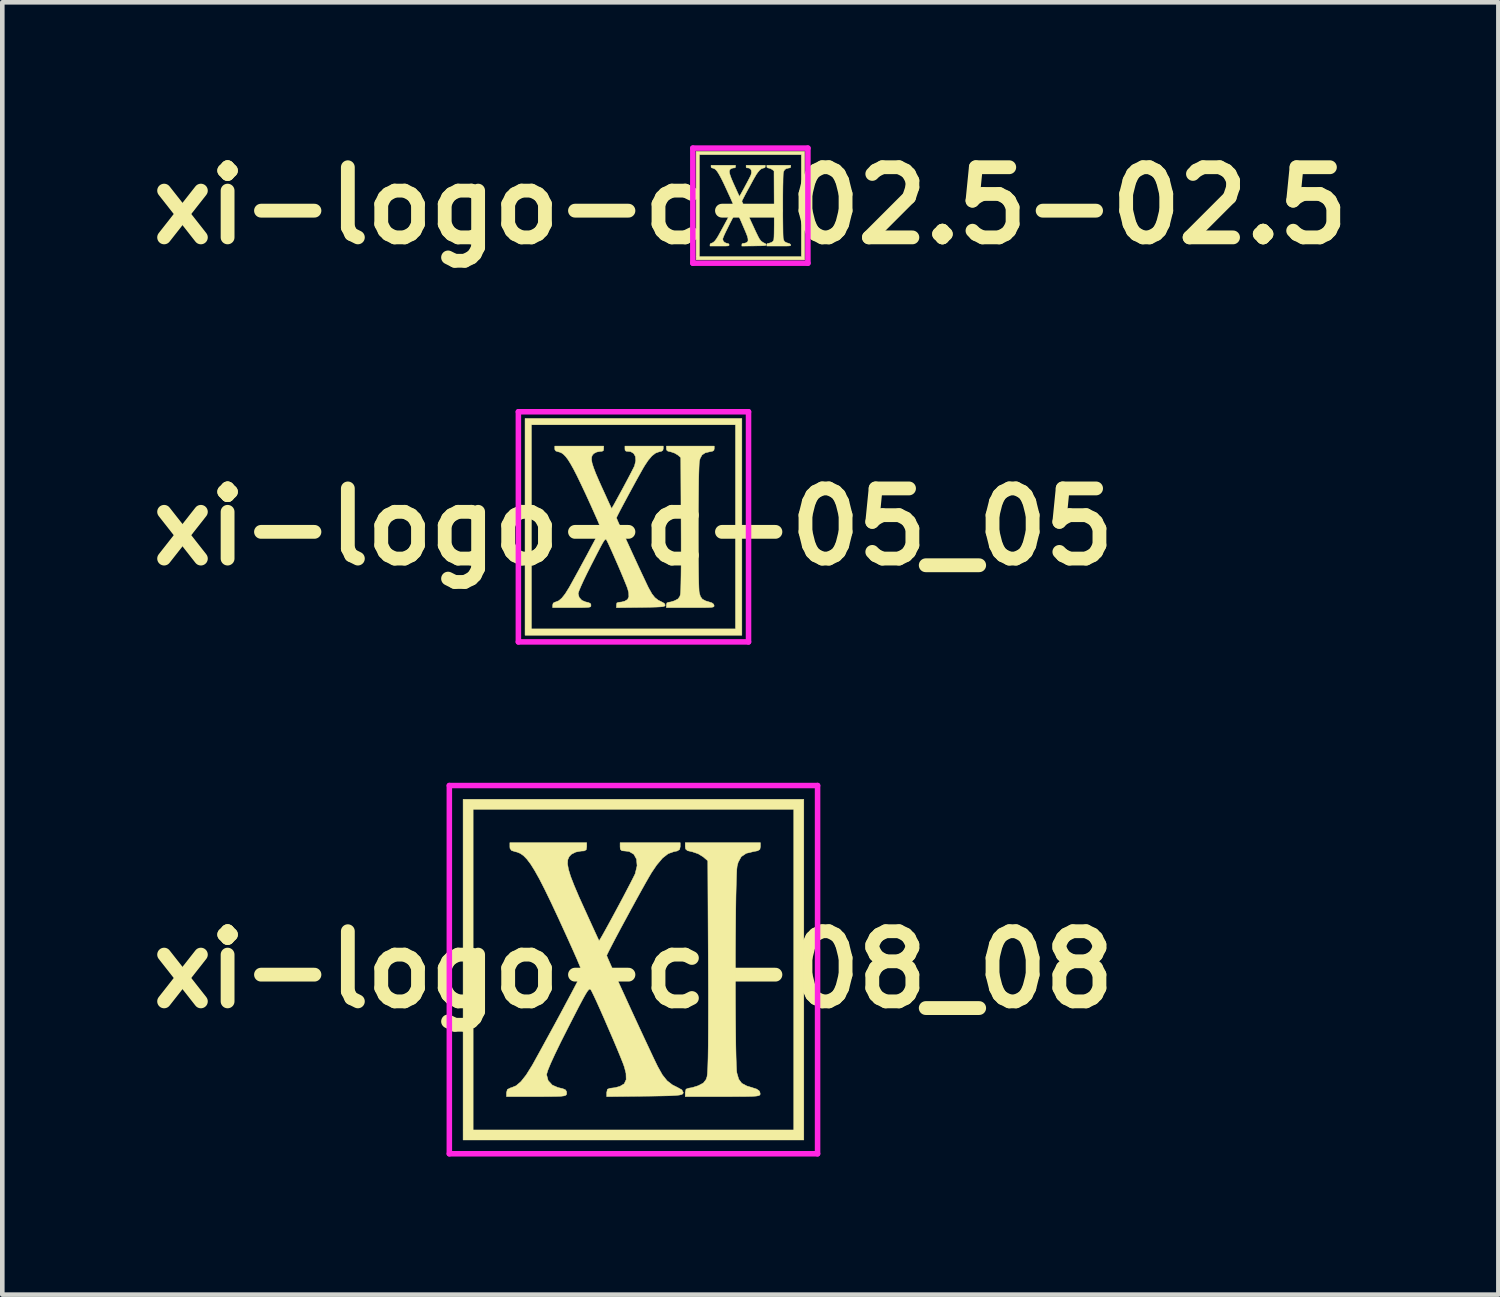
<source format=kicad_pcb>
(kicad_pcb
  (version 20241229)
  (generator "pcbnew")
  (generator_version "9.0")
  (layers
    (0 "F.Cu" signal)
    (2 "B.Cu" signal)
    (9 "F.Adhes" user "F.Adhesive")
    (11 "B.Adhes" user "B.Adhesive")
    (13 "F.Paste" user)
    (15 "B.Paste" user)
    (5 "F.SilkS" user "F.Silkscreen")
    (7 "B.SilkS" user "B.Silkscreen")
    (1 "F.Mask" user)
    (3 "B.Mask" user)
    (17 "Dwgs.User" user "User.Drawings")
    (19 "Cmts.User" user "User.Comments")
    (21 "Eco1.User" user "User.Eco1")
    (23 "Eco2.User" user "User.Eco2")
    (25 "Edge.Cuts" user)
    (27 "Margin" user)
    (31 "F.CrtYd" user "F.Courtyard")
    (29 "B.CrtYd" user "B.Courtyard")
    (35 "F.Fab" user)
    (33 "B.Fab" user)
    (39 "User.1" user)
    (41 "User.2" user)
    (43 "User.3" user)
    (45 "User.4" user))
  (footprint "xi-logo-c-08_08"
    (layer "F.Cu")
    (at 10.712 18.016)
    (property "Reference" "xi-logo-c-08_08" (at 0 0 0) (layer "F.SilkS") (effects (font (size 1.524 1.524) (thickness 0.3))))
    (attr through_hole)
    (fp_poly (pts (xy 3.701 3.701) (xy -3.701 3.701) (xy -3.701 -3.483) (xy -3.483 -3.483) (xy -3.483 3.483) (xy 3.483 3.483) (xy 3.483 -3.483) (xy -3.483 -3.483) (xy -3.701 -3.483) (xy -3.701 -3.701) (xy 3.701 -3.701) (xy 3.701 3.701)) (stroke (width 0.01) (type solid)) (fill yes) (layer "F.SilkS"))
    (fp_poly (pts (xy 2.758 -2.672) (xy 2.747 -2.614) (xy 2.7 -2.583) (xy 2.611 -2.566) (xy 2.449 -2.527) (xy 2.342 -2.454) (xy 2.276 -2.334) (xy 2.253 -2.249) (xy 2.245 -2.177) (xy 2.239 -2.04) (xy 2.233 -1.847) (xy 2.227 -1.606) (xy 2.223 -1.325) (xy 2.22 -1.012) (xy 2.217 -0.676) (xy 2.215 -0.324) (xy 2.215 0.035) (xy 2.215 0.394) (xy 2.216 0.743) (xy 2.218 1.075) (xy 2.221 1.382) (xy 2.224 1.656) (xy 2.229 1.888) (xy 2.235 2.07) (xy 2.241 2.194) (xy 2.247 2.244) (xy 2.287 2.38) (xy 2.353 2.469) (xy 2.464 2.528) (xy 2.564 2.558) (xy 2.678 2.595) (xy 2.736 2.638) (xy 2.751 2.68) (xy 2.753 2.705) (xy 2.746 2.724) (xy 2.719 2.738) (xy 2.666 2.747) (xy 2.576 2.753) (xy 2.442 2.756) (xy 2.254 2.757) (xy 2.004 2.758) (xy 1.944 2.758) (xy 1.125 2.758) (xy 1.125 2.667) (xy 1.142 2.596) (xy 1.197 2.576) (xy 1.275 2.563) (xy 1.382 2.53) (xy 1.414 2.518) (xy 1.518 2.463) (xy 1.576 2.389) (xy 1.598 2.328) (xy 1.607 2.26) (xy 1.615 2.124) (xy 1.621 1.919) (xy 1.625 1.644) (xy 1.627 1.3) (xy 1.628 0.885) (xy 1.628 0.398) (xy 1.626 -0.085) (xy 1.615 -2.365) (xy 1.513 -2.452) (xy 1.407 -2.517) (xy 1.282 -2.56) (xy 1.268 -2.563) (xy 1.174 -2.585) (xy 1.133 -2.621) (xy 1.125 -2.672) (xy 1.125 -2.758) (xy 2.758 -2.758) (xy 2.758 -2.672)) (stroke (width 0.01) (type solid)) (fill yes) (layer "F.SilkS"))
    (fp_poly (pts (xy -1.016 -2.667) (xy -1.026 -2.605) (xy -1.07 -2.58) (xy -1.139 -2.576) (xy -1.252 -2.555) (xy -1.348 -2.507) (xy -1.398 -2.453) (xy -1.427 -2.386) (xy -1.432 -2.297) (xy -1.412 -2.18) (xy -1.365 -2.026) (xy -1.288 -1.828) (xy -1.182 -1.579) (xy -1.087 -1.369) (xy -0.99 -1.156) (xy -0.904 -0.967) (xy -0.832 -0.81) (xy -0.78 -0.697) (xy -0.751 -0.635) (xy -0.747 -0.627) (xy -0.728 -0.654) (xy -0.681 -0.734) (xy -0.612 -0.857) (xy -0.527 -1.012) (xy -0.432 -1.187) (xy -0.332 -1.373) (xy -0.233 -1.558) (xy -0.142 -1.732) (xy -0.063 -1.883) (xy -0.003 -2.001) (xy 0.033 -2.074) (xy 0.038 -2.086) (xy 0.079 -2.257) (xy 0.067 -2.4) (xy 0.008 -2.507) (xy -0.094 -2.567) (xy -0.169 -2.576) (xy -0.252 -2.584) (xy -0.285 -2.617) (xy -0.29 -2.667) (xy -0.29 -2.758) (xy 1.016 -2.758) (xy 1.016 -2.672) (xy 1.003 -2.612) (xy 0.953 -2.579) (xy 0.879 -2.564) (xy 0.755 -2.52) (xy 0.632 -2.424) (xy 0.502 -2.27) (xy 0.391 -2.105) (xy 0.338 -2.015) (xy 0.262 -1.882) (xy 0.168 -1.714) (xy 0.062 -1.522) (xy -0.051 -1.315) (xy -0.165 -1.104) (xy -0.276 -0.899) (xy -0.377 -0.709) (xy -0.463 -0.545) (xy -0.529 -0.417) (xy -0.57 -0.334) (xy -0.581 -0.307) (xy -0.566 -0.268) (xy -0.525 -0.173) (xy -0.461 -0.029) (xy -0.379 0.153) (xy -0.283 0.365) (xy -0.176 0.598) (xy -0.064 0.843) (xy 0.05 1.09) (xy 0.162 1.332) (xy 0.268 1.559) (xy 0.363 1.762) (xy 0.443 1.932) (xy 0.505 2.06) (xy 0.527 2.105) (xy 0.629 2.287) (xy 0.731 2.414) (xy 0.847 2.504) (xy 0.955 2.558) (xy 1.052 2.612) (xy 1.082 2.668) (xy 1.081 2.678) (xy 1.072 2.698) (xy 1.046 2.713) (xy 0.994 2.725) (xy 0.909 2.733) (xy 0.781 2.74) (xy 0.601 2.744) (xy 0.361 2.748) (xy 0.244 2.749) (xy -0.581 2.759) (xy -0.581 2.668) (xy -0.565 2.598) (xy -0.508 2.577) (xy -0.495 2.576) (xy -0.399 2.564) (xy -0.295 2.536) (xy -0.201 2.48) (xy -0.158 2.388) (xy -0.162 2.252) (xy -0.197 2.116) (xy -0.228 2.03) (xy -0.284 1.89) (xy -0.358 1.711) (xy -0.445 1.505) (xy -0.54 1.286) (xy -0.635 1.066) (xy -0.726 0.86) (xy -0.807 0.68) (xy -0.873 0.54) (xy -0.911 0.463) (xy -0.927 0.436) (xy -0.943 0.422) (xy -0.965 0.429) (xy -0.995 0.462) (xy -1.037 0.528) (xy -1.096 0.633) (xy -1.176 0.783) (xy -1.28 0.985) (xy -1.413 1.245) (xy -1.425 1.268) (xy -1.579 1.573) (xy -1.703 1.829) (xy -1.797 2.033) (xy -1.858 2.181) (xy -1.885 2.269) (xy -1.887 2.283) (xy -1.853 2.41) (xy -1.763 2.508) (xy -1.643 2.56) (xy -1.532 2.587) (xy -1.475 2.613) (xy -1.454 2.649) (xy -1.451 2.684) (xy -1.454 2.71) (xy -1.47 2.729) (xy -1.507 2.742) (xy -1.576 2.751) (xy -1.688 2.755) (xy -1.851 2.757) (xy -2.076 2.758) (xy -2.105 2.758) (xy -2.758 2.758) (xy -2.758 2.672) (xy -2.739 2.603) (xy -2.669 2.568) (xy -2.653 2.565) (xy -2.549 2.522) (xy -2.443 2.431) (xy -2.329 2.286) (xy -2.2 2.079) (xy -2.163 2.013) (xy -2.018 1.75) (xy -1.871 1.481) (xy -1.725 1.214) (xy -1.586 0.957) (xy -1.458 0.717) (xy -1.343 0.502) (xy -1.248 0.321) (xy -1.175 0.18) (xy -1.129 0.087) (xy -1.115 0.052) (xy -1.129 0.009) (xy -1.169 -0.089) (xy -1.23 -0.234) (xy -1.31 -0.415) (xy -1.403 -0.622) (xy -1.451 -0.728) (xy -1.633 -1.126) (xy -1.791 -1.463) (xy -1.927 -1.743) (xy -2.044 -1.972) (xy -2.146 -2.154) (xy -2.235 -2.296) (xy -2.315 -2.401) (xy -2.388 -2.476) (xy -2.458 -2.525) (xy -2.529 -2.554) (xy -2.561 -2.561) (xy -2.648 -2.588) (xy -2.682 -2.634) (xy -2.685 -2.671) (xy -2.685 -2.758) (xy -1.016 -2.758) (xy -1.016 -2.667)) (stroke (width 0.01) (type solid)) (fill yes) (layer "F.SilkS"))
    (fp_line (start -4 -4) (end 4 -4) (stroke (width 0.12) (type solid)) (layer "F.CrtYd"))
    (fp_line (start -4 4) (end -4 -4) (stroke (width 0.12) (type solid)) (layer "F.CrtYd"))
    (fp_line (start 4 -4) (end 4 4) (stroke (width 0.12) (type solid)) (layer "F.CrtYd"))
    (fp_line (start 4 4) (end -4 4) (stroke (width 0.12) (type solid)) (layer "F.CrtYd")))
  (footprint "xi-logo-c-02.5-02.5"
    (layer "F.Cu")
    (at 13.252 1.418)
    (property "Reference" "xi-logo-c-02.5-02.5" (at 0 0 0) (layer "F.SilkS") (effects (font (size 1.524 1.524) (thickness 0.3))))
    (attr through_hole)
    (fp_poly (pts (xy 1.178 1.178) (xy -1.178 1.178) (xy -1.178 -1.108) (xy -1.108 -1.108) (xy -1.108 1.108) (xy 1.108 1.108) (xy 1.108 -1.108) (xy -1.108 -1.108) (xy -1.178 -1.108) (xy -1.178 -1.178) (xy 1.178 -1.178) (xy 1.178 1.178)) (stroke (width 0.01) (type solid)) (fill yes) (layer "F.SilkS"))
    (fp_poly (pts (xy 0.877 -0.85) (xy 0.874 -0.832) (xy 0.859 -0.822) (xy 0.831 -0.817) (xy 0.779 -0.804) (xy 0.745 -0.781) (xy 0.724 -0.743) (xy 0.717 -0.716) (xy 0.714 -0.693) (xy 0.712 -0.649) (xy 0.71 -0.588) (xy 0.709 -0.511) (xy 0.707 -0.422) (xy 0.706 -0.322) (xy 0.705 -0.215) (xy 0.705 -0.103) (xy 0.705 0.011) (xy 0.705 0.125) (xy 0.705 0.236) (xy 0.706 0.342) (xy 0.707 0.44) (xy 0.708 0.527) (xy 0.709 0.601) (xy 0.711 0.659) (xy 0.713 0.698) (xy 0.715 0.714) (xy 0.728 0.757) (xy 0.749 0.785) (xy 0.784 0.804) (xy 0.816 0.814) (xy 0.852 0.826) (xy 0.87 0.839) (xy 0.875 0.853) (xy 0.876 0.861) (xy 0.874 0.867) (xy 0.865 0.871) (xy 0.848 0.874) (xy 0.82 0.876) (xy 0.777 0.877) (xy 0.717 0.877) (xy 0.638 0.877) (xy 0.358 0.877) (xy 0.358 0.849) (xy 0.363 0.826) (xy 0.381 0.82) (xy 0.406 0.816) (xy 0.44 0.805) (xy 0.45 0.801) (xy 0.483 0.784) (xy 0.501 0.76) (xy 0.509 0.741) (xy 0.511 0.719) (xy 0.514 0.676) (xy 0.516 0.61) (xy 0.517 0.523) (xy 0.518 0.414) (xy 0.518 0.281) (xy 0.518 0.127) (xy 0.517 -0.027) (xy 0.514 -0.752) (xy 0.481 -0.78) (xy 0.448 -0.801) (xy 0.408 -0.815) (xy 0.403 -0.815) (xy 0.374 -0.822) (xy 0.36 -0.834) (xy 0.358 -0.85) (xy 0.358 -0.877) (xy 0.877 -0.877) (xy 0.877 -0.85)) (stroke (width 0.01) (type solid)) (fill yes) (layer "F.SilkS"))
    (fp_poly (pts (xy -0.323 -0.849) (xy -0.326 -0.829) (xy -0.34 -0.821) (xy -0.362 -0.82) (xy -0.398 -0.813) (xy -0.429 -0.798) (xy -0.445 -0.781) (xy -0.454 -0.759) (xy -0.456 -0.731) (xy -0.449 -0.694) (xy -0.434 -0.645) (xy -0.41 -0.582) (xy -0.376 -0.502) (xy -0.346 -0.436) (xy -0.315 -0.368) (xy -0.288 -0.308) (xy -0.265 -0.258) (xy -0.248 -0.222) (xy -0.239 -0.202) (xy -0.238 -0.199) (xy -0.232 -0.208) (xy -0.217 -0.234) (xy -0.195 -0.273) (xy -0.168 -0.322) (xy -0.137 -0.378) (xy -0.106 -0.437) (xy -0.074 -0.496) (xy -0.045 -0.551) (xy -0.02 -0.599) (xy -0.001 -0.637) (xy 0.01 -0.66) (xy 0.012 -0.664) (xy 0.025 -0.718) (xy 0.021 -0.764) (xy 0.003 -0.798) (xy -0.03 -0.817) (xy -0.054 -0.82) (xy -0.08 -0.822) (xy -0.091 -0.833) (xy -0.092 -0.849) (xy -0.092 -0.877) (xy 0.323 -0.877) (xy 0.323 -0.85) (xy 0.319 -0.831) (xy 0.303 -0.821) (xy 0.28 -0.816) (xy 0.24 -0.802) (xy 0.201 -0.771) (xy 0.16 -0.722) (xy 0.124 -0.67) (xy 0.108 -0.641) (xy 0.083 -0.599) (xy 0.053 -0.545) (xy 0.02 -0.484) (xy -0.016 -0.418) (xy -0.053 -0.351) (xy -0.088 -0.286) (xy -0.12 -0.226) (xy -0.147 -0.173) (xy -0.168 -0.133) (xy -0.181 -0.106) (xy -0.185 -0.098) (xy -0.18 -0.085) (xy -0.167 -0.055) (xy -0.147 -0.009) (xy -0.121 0.049) (xy -0.09 0.116) (xy -0.056 0.19) (xy -0.02 0.268) (xy 0.016 0.347) (xy 0.052 0.424) (xy 0.085 0.496) (xy 0.115 0.561) (xy 0.141 0.615) (xy 0.161 0.655) (xy 0.168 0.67) (xy 0.2 0.728) (xy 0.233 0.768) (xy 0.27 0.797) (xy 0.304 0.814) (xy 0.335 0.831) (xy 0.344 0.849) (xy 0.344 0.852) (xy 0.341 0.858) (xy 0.333 0.863) (xy 0.316 0.867) (xy 0.289 0.87) (xy 0.248 0.872) (xy 0.191 0.873) (xy 0.115 0.874) (xy 0.078 0.875) (xy -0.185 0.878) (xy -0.185 0.849) (xy -0.18 0.827) (xy -0.161 0.82) (xy -0.158 0.82) (xy -0.127 0.816) (xy -0.094 0.807) (xy -0.064 0.789) (xy -0.05 0.76) (xy -0.052 0.717) (xy -0.063 0.673) (xy -0.073 0.646) (xy -0.09 0.601) (xy -0.114 0.544) (xy -0.142 0.479) (xy -0.172 0.409) (xy -0.202 0.339) (xy -0.231 0.274) (xy -0.257 0.216) (xy -0.278 0.172) (xy -0.29 0.147) (xy -0.295 0.139) (xy -0.3 0.134) (xy -0.307 0.136) (xy -0.316 0.147) (xy -0.33 0.168) (xy -0.349 0.201) (xy -0.374 0.249) (xy -0.407 0.313) (xy -0.45 0.396) (xy -0.453 0.403) (xy -0.502 0.501) (xy -0.542 0.582) (xy -0.572 0.647) (xy -0.591 0.694) (xy -0.6 0.722) (xy -0.6 0.726) (xy -0.59 0.767) (xy -0.561 0.798) (xy -0.523 0.815) (xy -0.487 0.823) (xy -0.469 0.831) (xy -0.463 0.843) (xy -0.462 0.854) (xy -0.463 0.862) (xy -0.468 0.868) (xy -0.479 0.873) (xy -0.502 0.875) (xy -0.537 0.877) (xy -0.589 0.877) (xy -0.66 0.877) (xy -0.877 0.877) (xy -0.877 0.85) (xy -0.871 0.828) (xy -0.849 0.817) (xy -0.844 0.816) (xy -0.811 0.802) (xy -0.777 0.773) (xy -0.741 0.727) (xy -0.7 0.662) (xy -0.688 0.64) (xy -0.642 0.557) (xy -0.595 0.471) (xy -0.549 0.386) (xy -0.505 0.304) (xy -0.464 0.228) (xy -0.427 0.16) (xy -0.397 0.102) (xy -0.374 0.057) (xy -0.359 0.028) (xy -0.355 0.017) (xy -0.359 0.003) (xy -0.372 -0.028) (xy -0.392 -0.075) (xy -0.417 -0.132) (xy -0.446 -0.198) (xy -0.462 -0.232) (xy -0.52 -0.358) (xy -0.57 -0.466) (xy -0.613 -0.555) (xy -0.65 -0.627) (xy -0.683 -0.685) (xy -0.711 -0.73) (xy -0.736 -0.764) (xy -0.76 -0.788) (xy -0.782 -0.803) (xy -0.805 -0.812) (xy -0.815 -0.815) (xy -0.843 -0.823) (xy -0.853 -0.838) (xy -0.854 -0.85) (xy -0.854 -0.877) (xy -0.323 -0.877) (xy -0.323 -0.849)) (stroke (width 0.01) (type solid)) (fill yes) (layer "F.SilkS"))
    (fp_line (start -1.25 -1.25) (end 1.25 -1.25) (stroke (width 0.12) (type solid)) (layer "F.CrtYd"))
    (fp_line (start -1.25 1.25) (end -1.25 -1.25) (stroke (width 0.12) (type solid)) (layer "F.CrtYd"))
    (fp_line (start 1.25 -1.25) (end 1.25 1.25) (stroke (width 0.12) (type solid)) (layer "F.CrtYd"))
    (fp_line (start 1.25 1.25) (end -1.25 1.25) (stroke (width 0.12) (type solid)) (layer "F.CrtYd")))
  (footprint "xi-logo-c-05_05"
    (layer "F.Cu")
    (at 10.712 8.396)
    (property "Reference" "xi-logo-c-05_05" (at 0 0 0) (layer "F.SilkS") (effects (font (size 1.524 1.524) (thickness 0.3))))
    (attr through_hole)
    (fp_poly (pts (xy 2.355 2.355) (xy -2.355 2.355) (xy -2.355 -2.217) (xy -2.217 -2.217) (xy -2.217 2.217) (xy 2.217 2.217) (xy 2.217 -2.217) (xy -2.217 -2.217) (xy -2.355 -2.217) (xy -2.355 -2.355) (xy 2.355 -2.355) (xy 2.355 2.355)) (stroke (width 0.01) (type solid)) (fill yes) (layer "F.SilkS"))
    (fp_poly (pts (xy 1.755 -1.7) (xy 1.748 -1.664) (xy 1.718 -1.644) (xy 1.662 -1.633) (xy 1.559 -1.608) (xy 1.49 -1.562) (xy 1.448 -1.485) (xy 1.434 -1.431) (xy 1.429 -1.385) (xy 1.425 -1.298) (xy 1.421 -1.176) (xy 1.417 -1.022) (xy 1.415 -0.843) (xy 1.413 -0.644) (xy 1.411 -0.43) (xy 1.41 -0.206) (xy 1.409 0.022) (xy 1.409 0.251) (xy 1.41 0.473) (xy 1.411 0.684) (xy 1.413 0.88) (xy 1.415 1.054) (xy 1.418 1.201) (xy 1.422 1.317) (xy 1.426 1.396) (xy 1.43 1.428) (xy 1.455 1.514) (xy 1.497 1.571) (xy 1.568 1.609) (xy 1.632 1.628) (xy 1.704 1.651) (xy 1.741 1.679) (xy 1.751 1.705) (xy 1.752 1.721) (xy 1.747 1.733) (xy 1.73 1.742) (xy 1.696 1.748) (xy 1.639 1.752) (xy 1.554 1.754) (xy 1.434 1.755) (xy 1.275 1.755) (xy 1.237 1.755) (xy 0.716 1.755) (xy 0.716 1.697) (xy 0.727 1.652) (xy 0.762 1.639) (xy 0.811 1.631) (xy 0.88 1.61) (xy 0.9 1.602) (xy 0.966 1.567) (xy 1.003 1.52) (xy 1.017 1.481) (xy 1.023 1.438) (xy 1.028 1.351) (xy 1.031 1.221) (xy 1.034 1.046) (xy 1.036 0.827) (xy 1.036 0.563) (xy 1.036 0.253) (xy 1.035 -0.054) (xy 1.028 -1.505) (xy 0.963 -1.561) (xy 0.895 -1.602) (xy 0.816 -1.629) (xy 0.807 -1.631) (xy 0.747 -1.645) (xy 0.721 -1.668) (xy 0.716 -1.7) (xy 0.716 -1.755) (xy 1.755 -1.755) (xy 1.755 -1.7)) (stroke (width 0.01) (type solid)) (fill yes) (layer "F.SilkS"))
    (fp_poly (pts (xy -0.647 -1.697) (xy -0.653 -1.658) (xy -0.681 -1.642) (xy -0.725 -1.639) (xy -0.797 -1.626) (xy -0.858 -1.595) (xy -0.89 -1.561) (xy -0.908 -1.518) (xy -0.911 -1.462) (xy -0.899 -1.387) (xy -0.868 -1.289) (xy -0.82 -1.163) (xy -0.752 -1.005) (xy -0.692 -0.871) (xy -0.63 -0.736) (xy -0.575 -0.615) (xy -0.53 -0.516) (xy -0.496 -0.443) (xy -0.478 -0.404) (xy -0.475 -0.399) (xy -0.463 -0.416) (xy -0.433 -0.467) (xy -0.39 -0.545) (xy -0.336 -0.644) (xy -0.275 -0.756) (xy -0.211 -0.874) (xy -0.148 -0.992) (xy -0.09 -1.102) (xy -0.04 -1.198) (xy -0.002 -1.273) (xy 0.021 -1.32) (xy 0.024 -1.328) (xy 0.05 -1.436) (xy 0.043 -1.528) (xy 0.005 -1.595) (xy -0.06 -1.634) (xy -0.107 -1.639) (xy -0.161 -1.644) (xy -0.182 -1.666) (xy -0.185 -1.697) (xy -0.185 -1.755) (xy 0.647 -1.755) (xy 0.647 -1.7) (xy 0.639 -1.662) (xy 0.606 -1.641) (xy 0.559 -1.631) (xy 0.481 -1.603) (xy 0.402 -1.542) (xy 0.319 -1.444) (xy 0.249 -1.339) (xy 0.215 -1.283) (xy 0.167 -1.198) (xy 0.107 -1.091) (xy 0.039 -0.968) (xy -0.032 -0.837) (xy -0.105 -0.703) (xy -0.175 -0.572) (xy -0.24 -0.451) (xy -0.295 -0.347) (xy -0.337 -0.265) (xy -0.363 -0.212) (xy -0.369 -0.195) (xy -0.36 -0.171) (xy -0.334 -0.11) (xy -0.293 -0.019) (xy -0.241 0.097) (xy -0.18 0.232) (xy -0.112 0.38) (xy -0.041 0.536) (xy 0.032 0.694) (xy 0.103 0.848) (xy 0.17 0.992) (xy 0.231 1.121) (xy 0.282 1.229) (xy 0.321 1.311) (xy 0.336 1.339) (xy 0.401 1.455) (xy 0.465 1.536) (xy 0.539 1.594) (xy 0.608 1.628) (xy 0.67 1.662) (xy 0.689 1.698) (xy 0.688 1.704) (xy 0.682 1.717) (xy 0.665 1.727) (xy 0.633 1.734) (xy 0.578 1.739) (xy 0.497 1.743) (xy 0.382 1.746) (xy 0.23 1.749) (xy 0.156 1.75) (xy -0.369 1.756) (xy -0.369 1.698) (xy -0.36 1.653) (xy -0.323 1.64) (xy -0.315 1.639) (xy -0.254 1.632) (xy -0.188 1.614) (xy -0.128 1.578) (xy -0.1 1.519) (xy -0.103 1.433) (xy -0.125 1.347) (xy -0.145 1.292) (xy -0.181 1.203) (xy -0.228 1.089) (xy -0.283 0.958) (xy -0.343 0.818) (xy -0.404 0.679) (xy -0.462 0.547) (xy -0.514 0.433) (xy -0.555 0.344) (xy -0.58 0.295) (xy -0.59 0.277) (xy -0.6 0.269) (xy -0.614 0.273) (xy -0.633 0.294) (xy -0.66 0.336) (xy -0.698 0.403) (xy -0.748 0.498) (xy -0.815 0.627) (xy -0.899 0.792) (xy -0.907 0.807) (xy -1.005 1.001) (xy -1.084 1.164) (xy -1.143 1.294) (xy -1.182 1.388) (xy -1.2 1.444) (xy -1.201 1.453) (xy -1.179 1.533) (xy -1.122 1.596) (xy -1.045 1.629) (xy -0.975 1.646) (xy -0.938 1.663) (xy -0.925 1.685) (xy -0.924 1.708) (xy -0.925 1.725) (xy -0.935 1.737) (xy -0.959 1.745) (xy -1.003 1.75) (xy -1.074 1.753) (xy -1.178 1.755) (xy -1.321 1.755) (xy -1.339 1.755) (xy -1.755 1.755) (xy -1.755 1.7) (xy -1.743 1.656) (xy -1.699 1.634) (xy -1.689 1.632) (xy -1.622 1.605) (xy -1.555 1.547) (xy -1.482 1.455) (xy -1.4 1.323) (xy -1.376 1.281) (xy -1.284 1.114) (xy -1.19 0.943) (xy -1.098 0.773) (xy -1.009 0.609) (xy -0.928 0.456) (xy -0.855 0.32) (xy -0.794 0.204) (xy -0.748 0.114) (xy -0.719 0.056) (xy -0.709 0.033) (xy -0.718 0.006) (xy -0.744 -0.057) (xy -0.783 -0.149) (xy -0.834 -0.264) (xy -0.893 -0.396) (xy -0.923 -0.463) (xy -1.039 -0.717) (xy -1.14 -0.931) (xy -1.226 -1.109) (xy -1.301 -1.255) (xy -1.366 -1.371) (xy -1.422 -1.461) (xy -1.473 -1.528) (xy -1.52 -1.576) (xy -1.564 -1.607) (xy -1.609 -1.625) (xy -1.63 -1.63) (xy -1.685 -1.647) (xy -1.707 -1.676) (xy -1.709 -1.7) (xy -1.709 -1.755) (xy -0.647 -1.755) (xy -0.647 -1.697)) (stroke (width 0.01) (type solid)) (fill yes) (layer "F.SilkS"))
    (fp_line (start -2.5 -2.5) (end 2.5 -2.5) (stroke (width 0.12) (type solid)) (layer "F.CrtYd"))
    (fp_line (start -2.5 2.5) (end -2.5 -2.5) (stroke (width 0.12) (type solid)) (layer "F.CrtYd"))
    (fp_line (start 2.5 -2.5) (end 2.5 2.5) (stroke (width 0.12) (type solid)) (layer "F.CrtYd"))
    (fp_line (start 2.5 2.5) (end -2.5 2.5) (stroke (width 0.12) (type solid)) (layer "F.CrtYd")))
  (gr_rect
    (start -3 -3)
    (end 29.503 25.076)
    (stroke (width 0.1) (type default))
    (fill no)
    (layer "Edge.Cuts")))
</source>
